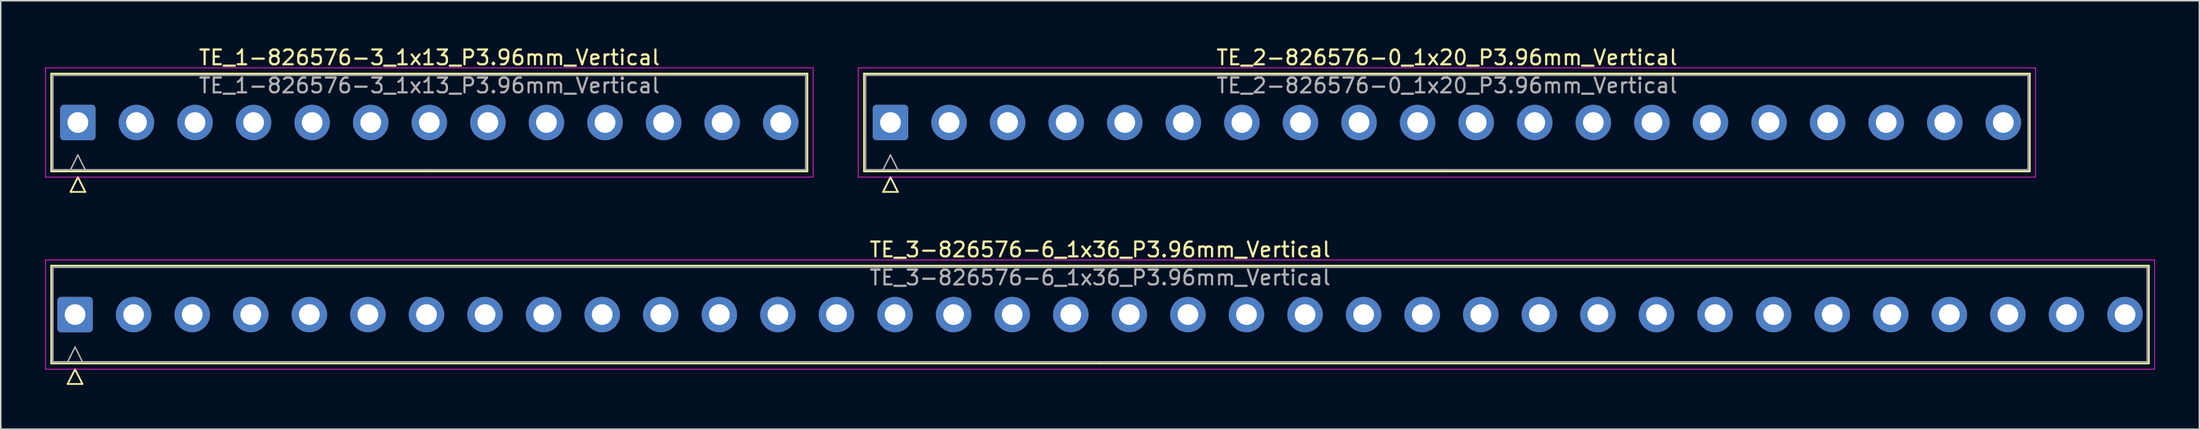
<source format=kicad_pcb>
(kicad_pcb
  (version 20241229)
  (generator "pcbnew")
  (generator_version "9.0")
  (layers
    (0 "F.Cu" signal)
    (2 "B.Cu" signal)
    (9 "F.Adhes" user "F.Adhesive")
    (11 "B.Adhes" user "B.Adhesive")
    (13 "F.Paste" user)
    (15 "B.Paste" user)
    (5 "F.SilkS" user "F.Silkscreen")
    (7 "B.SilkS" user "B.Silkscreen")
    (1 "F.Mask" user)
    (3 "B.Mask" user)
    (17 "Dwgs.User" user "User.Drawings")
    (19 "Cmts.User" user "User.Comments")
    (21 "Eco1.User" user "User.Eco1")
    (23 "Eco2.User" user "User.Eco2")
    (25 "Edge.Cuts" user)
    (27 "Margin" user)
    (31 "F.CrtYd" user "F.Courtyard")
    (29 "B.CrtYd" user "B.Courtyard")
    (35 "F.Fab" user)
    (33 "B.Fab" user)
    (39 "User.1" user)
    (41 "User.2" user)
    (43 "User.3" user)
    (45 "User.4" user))
  (footprint "TE_1-826576-3_1x13_P3.96mm_Vertical"
    (layer "F.Cu")
    (at 2.215 5.248)
    (property "Reference" "TE_1-826576-3_1x13_P3.96mm_Vertical" (at 23.76 -4.4 0) (layer "F.SilkS") (effects (font (size 1 1) (thickness 0.15))))
    (attr through_hole)
    (fp_line (start -1.8 -3.31) (end -1.8 3.31) (stroke (width 0.12) (type solid)) (layer "F.SilkS"))
    (fp_line (start -1.8 3.31) (end 23.76 3.31) (stroke (width 0.12) (type solid)) (layer "F.SilkS"))
    (fp_line (start -0.5 4.7) (end 0 3.7) (stroke (width 0.12) (type solid)) (layer "F.SilkS"))
    (fp_line (start 0 3.7) (end 0.5 4.7) (stroke (width 0.12) (type solid)) (layer "F.SilkS"))
    (fp_line (start 0.5 4.7) (end -0.5 4.7) (stroke (width 0.12) (type solid)) (layer "F.SilkS"))
    (fp_line (start 23.76 -3.31) (end -1.8 -3.31) (stroke (width 0.12) (type solid)) (layer "F.SilkS"))
    (fp_line (start 23.76 -3.31) (end 49.32 -3.31) (stroke (width 0.12) (type solid)) (layer "F.SilkS"))
    (fp_line (start 49.32 -3.31) (end 49.32 3.31) (stroke (width 0.12) (type solid)) (layer "F.SilkS"))
    (fp_line (start 49.32 3.31) (end 23.76 3.31) (stroke (width 0.12) (type solid)) (layer "F.SilkS"))
    (fp_line (start -2.19 -3.7) (end -2.19 3.7) (stroke (width 0.05) (type solid)) (layer "F.CrtYd"))
    (fp_line (start -2.19 3.7) (end 49.71 3.7) (stroke (width 0.05) (type solid)) (layer "F.CrtYd"))
    (fp_line (start 49.71 -3.7) (end -2.19 -3.7) (stroke (width 0.05) (type solid)) (layer "F.CrtYd"))
    (fp_line (start 49.71 3.7) (end 49.71 -3.7) (stroke (width 0.05) (type solid)) (layer "F.CrtYd"))
    (fp_line (start -1.69 -3.2) (end -1.69 3.2) (stroke (width 0.1) (type solid)) (layer "F.Fab"))
    (fp_line (start -1.69 3.2) (end 23.76 3.2) (stroke (width 0.1) (type solid)) (layer "F.Fab"))
    (fp_line (start -0.5 3.2) (end 0 2.2) (stroke (width 0.1) (type solid)) (layer "F.Fab"))
    (fp_line (start 0 2.2) (end 0.5 3.2) (stroke (width 0.1) (type solid)) (layer "F.Fab"))
    (fp_line (start 23.76 -3.2) (end -1.69 -3.2) (stroke (width 0.1) (type solid)) (layer "F.Fab"))
    (fp_line (start 23.76 -3.2) (end 49.21 -3.2) (stroke (width 0.1) (type solid)) (layer "F.Fab"))
    (fp_line (start 49.21 -3.2) (end 49.21 3.2) (stroke (width 0.1) (type solid)) (layer "F.Fab"))
    (fp_line (start 49.21 3.2) (end 23.76 3.2) (stroke (width 0.1) (type solid)) (layer "F.Fab"))
    (fp_text user "${REFERENCE}" (at 23.76 -2.5 0) (layer "F.Fab") (effects (font (size 1 1) (thickness 0.15))))
    (pad "1" thru_hole roundrect (at 0 0) (size 2.4 2.4) (drill 1.4) (layers "*.Cu" "*.Mask") (roundrect_rratio 0.104))
    (pad "2" thru_hole circle (at 3.96 0) (size 2.4 2.4) (drill 1.4) (layers "*.Cu" "*.Mask"))
    (pad "3" thru_hole circle (at 7.92 0) (size 2.4 2.4) (drill 1.4) (layers "*.Cu" "*.Mask"))
    (pad "4" thru_hole circle (at 11.88 0) (size 2.4 2.4) (drill 1.4) (layers "*.Cu" "*.Mask"))
    (pad "5" thru_hole circle (at 15.84 0) (size 2.4 2.4) (drill 1.4) (layers "*.Cu" "*.Mask"))
    (pad "6" thru_hole circle (at 19.8 0) (size 2.4 2.4) (drill 1.4) (layers "*.Cu" "*.Mask"))
    (pad "7" thru_hole circle (at 23.76 0) (size 2.4 2.4) (drill 1.4) (layers "*.Cu" "*.Mask"))
    (pad "8" thru_hole circle (at 27.72 0) (size 2.4 2.4) (drill 1.4) (layers "*.Cu" "*.Mask"))
    (pad "9" thru_hole circle (at 31.68 0) (size 2.4 2.4) (drill 1.4) (layers "*.Cu" "*.Mask"))
    (pad "10" thru_hole circle (at 35.64 0) (size 2.4 2.4) (drill 1.4) (layers "*.Cu" "*.Mask"))
    (pad "11" thru_hole circle (at 39.6 0) (size 2.4 2.4) (drill 1.4) (layers "*.Cu" "*.Mask"))
    (pad "12" thru_hole circle (at 43.56 0) (size 2.4 2.4) (drill 1.4) (layers "*.Cu" "*.Mask"))
    (pad "13" thru_hole circle (at 47.52 0) (size 2.4 2.4) (drill 1.4) (layers "*.Cu" "*.Mask")))
  (footprint "TE_3-826576-6_1x36_P3.96mm_Vertical"
    (layer "F.Cu")
    (at 2.025 18.256)
    (property "Reference" "TE_3-826576-6_1x36_P3.96mm_Vertical" (at 69.3 -4.4 0) (layer "F.SilkS") (effects (font (size 1 1) (thickness 0.15))))
    (attr through_hole)
    (fp_line (start -1.61 -3.31) (end -1.61 3.31) (stroke (width 0.12) (type solid)) (layer "F.SilkS"))
    (fp_line (start -1.61 3.31) (end 69.3 3.31) (stroke (width 0.12) (type solid)) (layer "F.SilkS"))
    (fp_line (start -0.5 4.7) (end 0 3.7) (stroke (width 0.12) (type solid)) (layer "F.SilkS"))
    (fp_line (start 0 3.7) (end 0.5 4.7) (stroke (width 0.12) (type solid)) (layer "F.SilkS"))
    (fp_line (start 0.5 4.7) (end -0.5 4.7) (stroke (width 0.12) (type solid)) (layer "F.SilkS"))
    (fp_line (start 69.3 -3.31) (end -1.61 -3.31) (stroke (width 0.12) (type solid)) (layer "F.SilkS"))
    (fp_line (start 69.3 -3.31) (end 140.21 -3.31) (stroke (width 0.12) (type solid)) (layer "F.SilkS"))
    (fp_line (start 140.21 -3.31) (end 140.21 3.31) (stroke (width 0.12) (type solid)) (layer "F.SilkS"))
    (fp_line (start 140.21 3.31) (end 69.3 3.31) (stroke (width 0.12) (type solid)) (layer "F.SilkS"))
    (fp_line (start -2 -3.7) (end -2 3.7) (stroke (width 0.05) (type solid)) (layer "F.CrtYd"))
    (fp_line (start -2 3.7) (end 140.6 3.7) (stroke (width 0.05) (type solid)) (layer "F.CrtYd"))
    (fp_line (start 140.6 -3.7) (end -2 -3.7) (stroke (width 0.05) (type solid)) (layer "F.CrtYd"))
    (fp_line (start 140.6 3.7) (end 140.6 -3.7) (stroke (width 0.05) (type solid)) (layer "F.CrtYd"))
    (fp_line (start -1.5 -3.2) (end -1.5 3.2) (stroke (width 0.1) (type solid)) (layer "F.Fab"))
    (fp_line (start -1.5 3.2) (end 69.3 3.2) (stroke (width 0.1) (type solid)) (layer "F.Fab"))
    (fp_line (start -0.5 3.2) (end 0 2.2) (stroke (width 0.1) (type solid)) (layer "F.Fab"))
    (fp_line (start 0 2.2) (end 0.5 3.2) (stroke (width 0.1) (type solid)) (layer "F.Fab"))
    (fp_line (start 69.3 -3.2) (end -1.5 -3.2) (stroke (width 0.1) (type solid)) (layer "F.Fab"))
    (fp_line (start 69.3 -3.2) (end 140.1 -3.2) (stroke (width 0.1) (type solid)) (layer "F.Fab"))
    (fp_line (start 140.1 -3.2) (end 140.1 3.2) (stroke (width 0.1) (type solid)) (layer "F.Fab"))
    (fp_line (start 140.1 3.2) (end 69.3 3.2) (stroke (width 0.1) (type solid)) (layer "F.Fab"))
    (fp_text user "${REFERENCE}" (at 69.3 -2.5 0) (layer "F.Fab") (effects (font (size 1 1) (thickness 0.15))))
    (pad "1" thru_hole roundrect (at 0 0) (size 2.4 2.4) (drill 1.4) (layers "*.Cu" "*.Mask") (roundrect_rratio 0.104))
    (pad "2" thru_hole circle (at 3.96 0) (size 2.4 2.4) (drill 1.4) (layers "*.Cu" "*.Mask"))
    (pad "3" thru_hole circle (at 7.92 0) (size 2.4 2.4) (drill 1.4) (layers "*.Cu" "*.Mask"))
    (pad "4" thru_hole circle (at 11.88 0) (size 2.4 2.4) (drill 1.4) (layers "*.Cu" "*.Mask"))
    (pad "5" thru_hole circle (at 15.84 0) (size 2.4 2.4) (drill 1.4) (layers "*.Cu" "*.Mask"))
    (pad "6" thru_hole circle (at 19.8 0) (size 2.4 2.4) (drill 1.4) (layers "*.Cu" "*.Mask"))
    (pad "7" thru_hole circle (at 23.76 0) (size 2.4 2.4) (drill 1.4) (layers "*.Cu" "*.Mask"))
    (pad "8" thru_hole circle (at 27.72 0) (size 2.4 2.4) (drill 1.4) (layers "*.Cu" "*.Mask"))
    (pad "9" thru_hole circle (at 31.68 0) (size 2.4 2.4) (drill 1.4) (layers "*.Cu" "*.Mask"))
    (pad "10" thru_hole circle (at 35.64 0) (size 2.4 2.4) (drill 1.4) (layers "*.Cu" "*.Mask"))
    (pad "11" thru_hole circle (at 39.6 0) (size 2.4 2.4) (drill 1.4) (layers "*.Cu" "*.Mask"))
    (pad "12" thru_hole circle (at 43.56 0) (size 2.4 2.4) (drill 1.4) (layers "*.Cu" "*.Mask"))
    (pad "13" thru_hole circle (at 47.52 0) (size 2.4 2.4) (drill 1.4) (layers "*.Cu" "*.Mask"))
    (pad "14" thru_hole circle (at 51.48 0) (size 2.4 2.4) (drill 1.4) (layers "*.Cu" "*.Mask"))
    (pad "15" thru_hole circle (at 55.44 0) (size 2.4 2.4) (drill 1.4) (layers "*.Cu" "*.Mask"))
    (pad "16" thru_hole circle (at 59.4 0) (size 2.4 2.4) (drill 1.4) (layers "*.Cu" "*.Mask"))
    (pad "17" thru_hole circle (at 63.36 0) (size 2.4 2.4) (drill 1.4) (layers "*.Cu" "*.Mask"))
    (pad "18" thru_hole circle (at 67.32 0) (size 2.4 2.4) (drill 1.4) (layers "*.Cu" "*.Mask"))
    (pad "19" thru_hole circle (at 71.28 0) (size 2.4 2.4) (drill 1.4) (layers "*.Cu" "*.Mask"))
    (pad "20" thru_hole circle (at 75.24 0) (size 2.4 2.4) (drill 1.4) (layers "*.Cu" "*.Mask"))
    (pad "21" thru_hole circle (at 79.2 0) (size 2.4 2.4) (drill 1.4) (layers "*.Cu" "*.Mask"))
    (pad "22" thru_hole circle (at 83.16 0) (size 2.4 2.4) (drill 1.4) (layers "*.Cu" "*.Mask"))
    (pad "23" thru_hole circle (at 87.12 0) (size 2.4 2.4) (drill 1.4) (layers "*.Cu" "*.Mask"))
    (pad "24" thru_hole circle (at 91.08 0) (size 2.4 2.4) (drill 1.4) (layers "*.Cu" "*.Mask"))
    (pad "25" thru_hole circle (at 95.04 0) (size 2.4 2.4) (drill 1.4) (layers "*.Cu" "*.Mask"))
    (pad "26" thru_hole circle (at 99 0) (size 2.4 2.4) (drill 1.4) (layers "*.Cu" "*.Mask"))
    (pad "27" thru_hole circle (at 102.96 0) (size 2.4 2.4) (drill 1.4) (layers "*.Cu" "*.Mask"))
    (pad "28" thru_hole circle (at 106.92 0) (size 2.4 2.4) (drill 1.4) (layers "*.Cu" "*.Mask"))
    (pad "29" thru_hole circle (at 110.88 0) (size 2.4 2.4) (drill 1.4) (layers "*.Cu" "*.Mask"))
    (pad "30" thru_hole circle (at 114.84 0) (size 2.4 2.4) (drill 1.4) (layers "*.Cu" "*.Mask"))
    (pad "31" thru_hole circle (at 118.8 0) (size 2.4 2.4) (drill 1.4) (layers "*.Cu" "*.Mask"))
    (pad "32" thru_hole circle (at 122.76 0) (size 2.4 2.4) (drill 1.4) (layers "*.Cu" "*.Mask"))
    (pad "33" thru_hole circle (at 126.72 0) (size 2.4 2.4) (drill 1.4) (layers "*.Cu" "*.Mask"))
    (pad "34" thru_hole circle (at 130.68 0) (size 2.4 2.4) (drill 1.4) (layers "*.Cu" "*.Mask"))
    (pad "35" thru_hole circle (at 134.64 0) (size 2.4 2.4) (drill 1.4) (layers "*.Cu" "*.Mask"))
    (pad "36" thru_hole circle (at 138.6 0) (size 2.4 2.4) (drill 1.4) (layers "*.Cu" "*.Mask")))
  (footprint "TE_2-826576-0_1x20_P3.96mm_Vertical"
    (layer "F.Cu")
    (at 57.155 5.248)
    (property "Reference" "TE_2-826576-0_1x20_P3.96mm_Vertical" (at 37.62 -4.4 0) (layer "F.SilkS") (effects (font (size 1 1) (thickness 0.15))))
    (attr through_hole)
    (fp_line (start -1.79 -3.31) (end -1.79 3.31) (stroke (width 0.12) (type solid)) (layer "F.SilkS"))
    (fp_line (start -1.79 3.31) (end 37.62 3.31) (stroke (width 0.12) (type solid)) (layer "F.SilkS"))
    (fp_line (start -0.5 4.7) (end 0 3.7) (stroke (width 0.12) (type solid)) (layer "F.SilkS"))
    (fp_line (start 0 3.7) (end 0.5 4.7) (stroke (width 0.12) (type solid)) (layer "F.SilkS"))
    (fp_line (start 0.5 4.7) (end -0.5 4.7) (stroke (width 0.12) (type solid)) (layer "F.SilkS"))
    (fp_line (start 37.62 -3.31) (end -1.79 -3.31) (stroke (width 0.12) (type solid)) (layer "F.SilkS"))
    (fp_line (start 37.62 -3.31) (end 77.03 -3.31) (stroke (width 0.12) (type solid)) (layer "F.SilkS"))
    (fp_line (start 77.03 -3.31) (end 77.03 3.31) (stroke (width 0.12) (type solid)) (layer "F.SilkS"))
    (fp_line (start 77.03 3.31) (end 37.62 3.31) (stroke (width 0.12) (type solid)) (layer "F.SilkS"))
    (fp_line (start -2.18 -3.7) (end -2.18 3.7) (stroke (width 0.05) (type solid)) (layer "F.CrtYd"))
    (fp_line (start -2.18 3.7) (end 77.42 3.7) (stroke (width 0.05) (type solid)) (layer "F.CrtYd"))
    (fp_line (start 77.42 -3.7) (end -2.18 -3.7) (stroke (width 0.05) (type solid)) (layer "F.CrtYd"))
    (fp_line (start 77.42 3.7) (end 77.42 -3.7) (stroke (width 0.05) (type solid)) (layer "F.CrtYd"))
    (fp_line (start -1.68 -3.2) (end -1.68 3.2) (stroke (width 0.1) (type solid)) (layer "F.Fab"))
    (fp_line (start -1.68 3.2) (end 37.62 3.2) (stroke (width 0.1) (type solid)) (layer "F.Fab"))
    (fp_line (start -0.5 3.2) (end 0 2.2) (stroke (width 0.1) (type solid)) (layer "F.Fab"))
    (fp_line (start 0 2.2) (end 0.5 3.2) (stroke (width 0.1) (type solid)) (layer "F.Fab"))
    (fp_line (start 37.62 -3.2) (end -1.68 -3.2) (stroke (width 0.1) (type solid)) (layer "F.Fab"))
    (fp_line (start 37.62 -3.2) (end 76.92 -3.2) (stroke (width 0.1) (type solid)) (layer "F.Fab"))
    (fp_line (start 76.92 -3.2) (end 76.92 3.2) (stroke (width 0.1) (type solid)) (layer "F.Fab"))
    (fp_line (start 76.92 3.2) (end 37.62 3.2) (stroke (width 0.1) (type solid)) (layer "F.Fab"))
    (fp_text user "${REFERENCE}" (at 37.62 -2.5 0) (layer "F.Fab") (effects (font (size 1 1) (thickness 0.15))))
    (pad "1" thru_hole roundrect (at 0 0) (size 2.4 2.4) (drill 1.4) (layers "*.Cu" "*.Mask") (roundrect_rratio 0.104))
    (pad "2" thru_hole circle (at 3.96 0) (size 2.4 2.4) (drill 1.4) (layers "*.Cu" "*.Mask"))
    (pad "3" thru_hole circle (at 7.92 0) (size 2.4 2.4) (drill 1.4) (layers "*.Cu" "*.Mask"))
    (pad "4" thru_hole circle (at 11.88 0) (size 2.4 2.4) (drill 1.4) (layers "*.Cu" "*.Mask"))
    (pad "5" thru_hole circle (at 15.84 0) (size 2.4 2.4) (drill 1.4) (layers "*.Cu" "*.Mask"))
    (pad "6" thru_hole circle (at 19.8 0) (size 2.4 2.4) (drill 1.4) (layers "*.Cu" "*.Mask"))
    (pad "7" thru_hole circle (at 23.76 0) (size 2.4 2.4) (drill 1.4) (layers "*.Cu" "*.Mask"))
    (pad "8" thru_hole circle (at 27.72 0) (size 2.4 2.4) (drill 1.4) (layers "*.Cu" "*.Mask"))
    (pad "9" thru_hole circle (at 31.68 0) (size 2.4 2.4) (drill 1.4) (layers "*.Cu" "*.Mask"))
    (pad "10" thru_hole circle (at 35.64 0) (size 2.4 2.4) (drill 1.4) (layers "*.Cu" "*.Mask"))
    (pad "11" thru_hole circle (at 39.6 0) (size 2.4 2.4) (drill 1.4) (layers "*.Cu" "*.Mask"))
    (pad "12" thru_hole circle (at 43.56 0) (size 2.4 2.4) (drill 1.4) (layers "*.Cu" "*.Mask"))
    (pad "13" thru_hole circle (at 47.52 0) (size 2.4 2.4) (drill 1.4) (layers "*.Cu" "*.Mask"))
    (pad "14" thru_hole circle (at 51.48 0) (size 2.4 2.4) (drill 1.4) (layers "*.Cu" "*.Mask"))
    (pad "15" thru_hole circle (at 55.44 0) (size 2.4 2.4) (drill 1.4) (layers "*.Cu" "*.Mask"))
    (pad "16" thru_hole circle (at 59.4 0) (size 2.4 2.4) (drill 1.4) (layers "*.Cu" "*.Mask"))
    (pad "17" thru_hole circle (at 63.36 0) (size 2.4 2.4) (drill 1.4) (layers "*.Cu" "*.Mask"))
    (pad "18" thru_hole circle (at 67.32 0) (size 2.4 2.4) (drill 1.4) (layers "*.Cu" "*.Mask"))
    (pad "19" thru_hole circle (at 71.28 0) (size 2.4 2.4) (drill 1.4) (layers "*.Cu" "*.Mask"))
    (pad "20" thru_hole circle (at 75.24 0) (size 2.4 2.4) (drill 1.4) (layers "*.Cu" "*.Mask")))
  (gr_rect
    (start -3 -3)
    (end 145.65 26.017)
    (stroke (width 0.1) (type default))
    (fill no)
    (layer "Edge.Cuts")))
</source>
